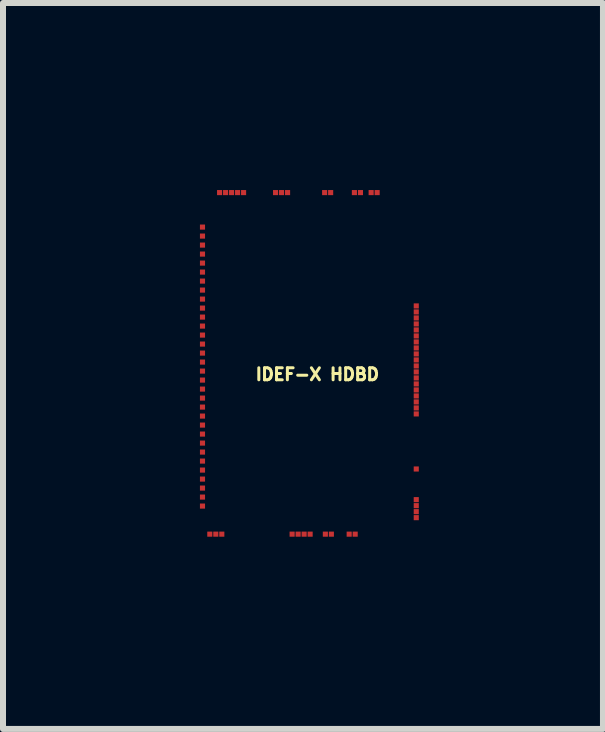
<source format=kicad_pcb>
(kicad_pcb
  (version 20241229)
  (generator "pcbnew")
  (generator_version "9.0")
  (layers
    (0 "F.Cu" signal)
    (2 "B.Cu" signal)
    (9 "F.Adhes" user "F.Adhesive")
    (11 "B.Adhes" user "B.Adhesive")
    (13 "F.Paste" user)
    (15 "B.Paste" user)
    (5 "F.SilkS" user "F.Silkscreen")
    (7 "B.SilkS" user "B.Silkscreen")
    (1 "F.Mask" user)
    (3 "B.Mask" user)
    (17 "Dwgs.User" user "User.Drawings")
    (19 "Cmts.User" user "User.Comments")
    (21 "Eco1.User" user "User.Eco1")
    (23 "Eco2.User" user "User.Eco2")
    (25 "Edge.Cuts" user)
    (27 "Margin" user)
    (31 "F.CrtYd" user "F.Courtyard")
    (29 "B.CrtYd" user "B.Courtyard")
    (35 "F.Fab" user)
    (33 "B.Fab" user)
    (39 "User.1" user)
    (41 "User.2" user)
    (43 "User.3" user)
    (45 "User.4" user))
  (footprint "IDEF-X HDBD"
    (layer "F.Cu")
    (at 0.25 5.85)
    (property "Reference" "IDEF-X HDBD" (at 1.99 -2.66 0) (layer "F.SilkS") (effects (font (size 0.2 0.2) (thickness 0.05))))
    (attr through_hole)
    (fp_poly (pts (xy 3.7 0.05) (xy 0 0.05) (xy 0 -5.8) (xy 3.7 -5.8)) (stroke (width 0.1) (type solid)) (fill no) (layer "Eco1.User"))
    (pad "1" smd rect (at 0.36 -5.69) (size 0.085 0.085) (layers "F.Cu" "F.Mask" "F.Paste"))
    (pad "2" smd rect (at 0.46 -5.69) (size 0.085 0.085) (layers "F.Cu" "F.Mask" "F.Paste"))
    (pad "3" smd rect (at 0.56 -5.69) (size 0.085 0.085) (layers "F.Cu" "F.Mask" "F.Paste"))
    (pad "4" smd rect (at 0.76 -5.69) (size 0.085 0.085) (layers "F.Cu" "F.Mask" "F.Paste"))
    (pad "5" smd rect (at 0.66 -5.69) (size 0.085 0.085) (layers "F.Cu" "F.Mask" "F.Paste"))
    (pad "6" smd rect (at 1.293 -5.69) (size 0.085 0.085) (layers "F.Cu" "F.Mask" "F.Paste"))
    (pad "7" smd rect (at 1.393 -5.69) (size 0.085 0.085) (layers "F.Cu" "F.Mask" "F.Paste"))
    (pad "8" smd rect (at 1.493 -5.69) (size 0.085 0.085) (layers "F.Cu" "F.Mask" "F.Paste"))
    (pad "9" smd rect (at 2.111 -5.69) (size 0.085 0.085) (layers "F.Cu" "F.Mask" "F.Paste"))
    (pad "10" smd rect (at 2.211 -5.69) (size 0.085 0.085) (layers "F.Cu" "F.Mask" "F.Paste"))
    (pad "11" smd rect (at 2.607 -5.69) (size 0.085 0.085) (layers "F.Cu" "F.Mask" "F.Paste"))
    (pad "12" smd rect (at 2.708 -5.69) (size 0.085 0.085) (layers "F.Cu" "F.Mask" "F.Paste"))
    (pad "13" smd rect (at 2.886 -5.69) (size 0.085 0.085) (layers "F.Cu" "F.Mask" "F.Paste"))
    (pad "14" smd rect (at 2.986 -5.69) (size 0.085 0.085) (layers "F.Cu" "F.Mask" "F.Paste"))
    (pad "15" smd rect (at 3.638 -3.801 270) (size 0.085 0.085) (layers "F.Cu" "F.Mask" "F.Paste"))
    (pad "16" smd rect (at 3.638 -3.701 270) (size 0.085 0.085) (layers "F.Cu" "F.Mask" "F.Paste"))
    (pad "17" smd rect (at 3.638 -3.601 270) (size 0.085 0.085) (layers "F.Cu" "F.Mask" "F.Paste"))
    (pad "18" smd rect (at 3.638 -3.501 270) (size 0.085 0.085) (layers "F.Cu" "F.Mask" "F.Paste"))
    (pad "19" smd rect (at 3.638 -3.401 270) (size 0.085 0.085) (layers "F.Cu" "F.Mask" "F.Paste"))
    (pad "20" smd rect (at 3.638 -3.301 270) (size 0.085 0.085) (layers "F.Cu" "F.Mask" "F.Paste"))
    (pad "21" smd rect (at 3.638 -3.201 270) (size 0.085 0.085) (layers "F.Cu" "F.Mask" "F.Paste"))
    (pad "22" smd rect (at 3.638 -3.101 270) (size 0.085 0.085) (layers "F.Cu" "F.Mask" "F.Paste"))
    (pad "23" smd rect (at 3.638 -3.001 270) (size 0.085 0.085) (layers "F.Cu" "F.Mask" "F.Paste"))
    (pad "24" smd rect (at 3.638 -2.901 270) (size 0.085 0.085) (layers "F.Cu" "F.Mask" "F.Paste"))
    (pad "25" smd rect (at 3.638 -2.801 270) (size 0.085 0.085) (layers "F.Cu" "F.Mask" "F.Paste"))
    (pad "26" smd rect (at 3.638 -2.701 270) (size 0.085 0.085) (layers "F.Cu" "F.Mask" "F.Paste"))
    (pad "27" smd rect (at 3.638 -2.601 270) (size 0.085 0.085) (layers "F.Cu" "F.Mask" "F.Paste"))
    (pad "28" smd rect (at 3.638 -2.501 270) (size 0.085 0.085) (layers "F.Cu" "F.Mask" "F.Paste"))
    (pad "29" smd rect (at 3.638 -2.401 270) (size 0.085 0.085) (layers "F.Cu" "F.Mask" "F.Paste"))
    (pad "30" smd rect (at 3.638 -2.301 270) (size 0.085 0.085) (layers "F.Cu" "F.Mask" "F.Paste"))
    (pad "31" smd rect (at 3.638 -2.201 270) (size 0.085 0.085) (layers "F.Cu" "F.Mask" "F.Paste"))
    (pad "32" smd rect (at 3.638 -2.101 270) (size 0.085 0.085) (layers "F.Cu" "F.Mask" "F.Paste"))
    (pad "33" smd rect (at 3.638 -2.001 270) (size 0.085 0.085) (layers "F.Cu" "F.Mask" "F.Paste"))
    (pad "34" smd rect (at 3.638 -1.083 90) (size 0.085 0.085) (layers "F.Cu" "F.Mask" "F.Paste"))
    (pad "35" smd rect (at 3.638 -0.572 90) (size 0.085 0.085) (layers "F.Cu" "F.Mask" "F.Paste"))
    (pad "36" smd rect (at 3.638 -0.472 90) (size 0.085 0.085) (layers "F.Cu" "F.Mask" "F.Paste"))
    (pad "37" smd rect (at 3.638 -0.372 90) (size 0.085 0.085) (layers "F.Cu" "F.Mask" "F.Paste"))
    (pad "38" smd rect (at 3.638 -0.272 90) (size 0.085 0.085) (layers "F.Cu" "F.Mask" "F.Paste"))
    (pad "39" smd rect (at 2.62 0.003 90) (size 0.085 0.085) (layers "F.Cu" "F.Mask" "F.Paste"))
    (pad "40" smd rect (at 2.52 0.003 90) (size 0.085 0.085) (layers "F.Cu" "F.Mask" "F.Paste"))
    (pad "41" smd rect (at 2.223 0.003 90) (size 0.085 0.085) (layers "F.Cu" "F.Mask" "F.Paste"))
    (pad "42" smd rect (at 2.123 0.003 90) (size 0.085 0.085) (layers "F.Cu" "F.Mask" "F.Paste"))
    (pad "43" smd rect (at 1.869 0.003 90) (size 0.085 0.085) (layers "F.Cu" "F.Mask" "F.Paste"))
    (pad "44" smd rect (at 1.769 0.003 90) (size 0.085 0.085) (layers "F.Cu" "F.Mask" "F.Paste"))
    (pad "45" smd rect (at 1.669 0.003 90) (size 0.085 0.085) (layers "F.Cu" "F.Mask" "F.Paste"))
    (pad "46" smd rect (at 1.569 0.003 90) (size 0.085 0.085) (layers "F.Cu" "F.Mask" "F.Paste"))
    (pad "47" smd rect (at 0.397 0.003 90) (size 0.085 0.085) (layers "F.Cu" "F.Mask" "F.Paste"))
    (pad "48" smd rect (at 0.297 0.003 90) (size 0.085 0.085) (layers "F.Cu" "F.Mask" "F.Paste"))
    (pad "49" smd rect (at 0.197 0.003 90) (size 0.085 0.085) (layers "F.Cu" "F.Mask" "F.Paste"))
    (pad "50" smd rect (at 0.075 -0.465 90) (size 0.085 0.085) (layers "F.Cu" "F.Mask" "F.Paste"))
    (pad "51" smd rect (at 0.075 -0.615 90) (size 0.085 0.085) (layers "F.Cu" "F.Mask" "F.Paste"))
    (pad "52" smd rect (at 0.075 -0.765 90) (size 0.085 0.085) (layers "F.Cu" "F.Mask" "F.Paste"))
    (pad "53" smd rect (at 0.075 -0.915 90) (size 0.085 0.085) (layers "F.Cu" "F.Mask" "F.Paste"))
    (pad "54" smd rect (at 0.075 -1.065 90) (size 0.085 0.085) (layers "F.Cu" "F.Mask" "F.Paste"))
    (pad "55" smd rect (at 0.075 -1.215 90) (size 0.085 0.085) (layers "F.Cu" "F.Mask" "F.Paste"))
    (pad "56" smd rect (at 0.075 -1.365 90) (size 0.085 0.085) (layers "F.Cu" "F.Mask" "F.Paste"))
    (pad "57" smd rect (at 0.075 -1.515 90) (size 0.085 0.085) (layers "F.Cu" "F.Mask" "F.Paste"))
    (pad "58" smd rect (at 0.075 -1.665 90) (size 0.085 0.085) (layers "F.Cu" "F.Mask" "F.Paste"))
    (pad "59" smd rect (at 0.075 -1.815 90) (size 0.085 0.085) (layers "F.Cu" "F.Mask" "F.Paste"))
    (pad "60" smd rect (at 0.075 -1.965 90) (size 0.085 0.085) (layers "F.Cu" "F.Mask" "F.Paste"))
    (pad "61" smd rect (at 0.075 -2.115 90) (size 0.085 0.085) (layers "F.Cu" "F.Mask" "F.Paste"))
    (pad "62" smd rect (at 0.075 -2.265 90) (size 0.085 0.085) (layers "F.Cu" "F.Mask" "F.Paste"))
    (pad "63" smd rect (at 0.075 -2.415 90) (size 0.085 0.085) (layers "F.Cu" "F.Mask" "F.Paste"))
    (pad "64" smd rect (at 0.075 -2.565 90) (size 0.085 0.085) (layers "F.Cu" "F.Mask" "F.Paste"))
    (pad "65" smd rect (at 0.075 -2.715 90) (size 0.085 0.085) (layers "F.Cu" "F.Mask" "F.Paste"))
    (pad "66" smd rect (at 0.075 -2.865 90) (size 0.085 0.085) (layers "F.Cu" "F.Mask" "F.Paste"))
    (pad "67" smd rect (at 0.075 -3.015 90) (size 0.085 0.085) (layers "F.Cu" "F.Mask" "F.Paste"))
    (pad "68" smd rect (at 0.075 -3.165 90) (size 0.085 0.085) (layers "F.Cu" "F.Mask" "F.Paste"))
    (pad "69" smd rect (at 0.075 -3.315 90) (size 0.085 0.085) (layers "F.Cu" "F.Mask" "F.Paste"))
    (pad "70" smd rect (at 0.075 -3.465 90) (size 0.085 0.085) (layers "F.Cu" "F.Mask" "F.Paste"))
    (pad "71" smd rect (at 0.075 -3.615 90) (size 0.085 0.085) (layers "F.Cu" "F.Mask" "F.Paste"))
    (pad "72" smd rect (at 0.075 -3.765 90) (size 0.085 0.085) (layers "F.Cu" "F.Mask" "F.Paste"))
    (pad "73" smd rect (at 0.075 -3.915 90) (size 0.085 0.085) (layers "F.Cu" "F.Mask" "F.Paste"))
    (pad "74" smd rect (at 0.075 -4.065 90) (size 0.085 0.085) (layers "F.Cu" "F.Mask" "F.Paste"))
    (pad "75" smd rect (at 0.075 -4.215 90) (size 0.085 0.085) (layers "F.Cu" "F.Mask" "F.Paste"))
    (pad "76" smd rect (at 0.075 -4.365 90) (size 0.085 0.085) (layers "F.Cu" "F.Mask" "F.Paste"))
    (pad "77" smd rect (at 0.075 -4.515 90) (size 0.085 0.085) (layers "F.Cu" "F.Mask" "F.Paste"))
    (pad "78" smd rect (at 0.075 -4.665 90) (size 0.085 0.085) (layers "F.Cu" "F.Mask" "F.Paste"))
    (pad "79" smd rect (at 0.075 -4.815 90) (size 0.085 0.085) (layers "F.Cu" "F.Mask" "F.Paste"))
    (pad "80" smd rect (at 0.075 -4.965 90) (size 0.085 0.085) (layers "F.Cu" "F.Mask" "F.Paste"))
    (pad "81" smd rect (at 0.075 -5.115 90) (size 0.085 0.085) (layers "F.Cu" "F.Mask" "F.Paste")))
  (gr_rect
    (start -3 -3)
    (end 7 9.1)
    (stroke (width 0.1) (type default))
    (fill no)
    (layer "Edge.Cuts")))
</source>
